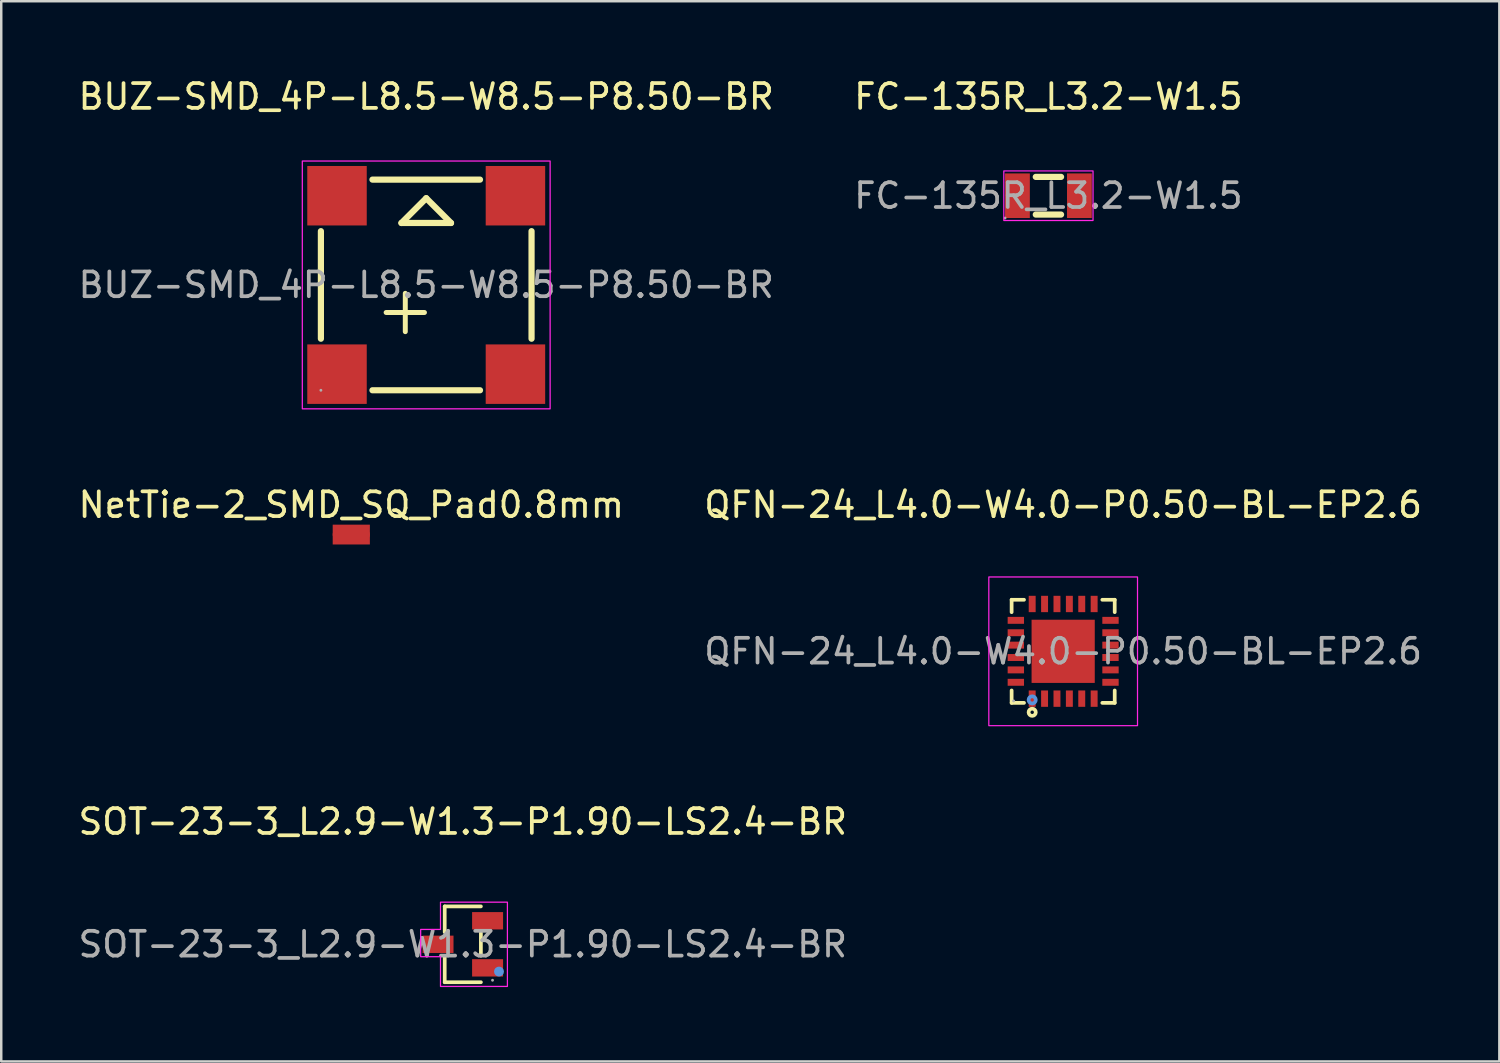
<source format=kicad_pcb>
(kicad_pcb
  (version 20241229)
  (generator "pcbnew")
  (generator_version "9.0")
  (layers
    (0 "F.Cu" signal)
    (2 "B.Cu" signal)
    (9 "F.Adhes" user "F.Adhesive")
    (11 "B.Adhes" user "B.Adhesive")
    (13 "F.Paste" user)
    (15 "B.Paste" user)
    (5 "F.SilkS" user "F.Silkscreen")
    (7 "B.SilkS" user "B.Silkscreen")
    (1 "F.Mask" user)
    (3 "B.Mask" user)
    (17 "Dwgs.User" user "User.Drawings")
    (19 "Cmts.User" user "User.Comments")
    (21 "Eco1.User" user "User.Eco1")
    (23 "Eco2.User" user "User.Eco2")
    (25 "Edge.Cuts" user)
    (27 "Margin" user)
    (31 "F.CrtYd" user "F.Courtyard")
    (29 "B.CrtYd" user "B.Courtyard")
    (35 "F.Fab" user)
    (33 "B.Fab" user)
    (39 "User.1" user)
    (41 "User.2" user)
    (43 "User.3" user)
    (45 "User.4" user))
  (footprint "SOT-23-3_L2.9-W1.3-P1.90-LS2.4-BR"
    (layer "F.Cu")
    (at 15.625 35.055)
    (property "Reference" "SOT-23-3_L2.9-W1.3-P1.90-LS2.4-BR" (at 0 -4.95 0) (layer "F.SilkS") (effects (font (size 1 1) (thickness 0.15))))
    (attr smd)
    (fp_line (start -0.73 -1.53) (end -0.73 -0.49) (stroke (width 0.15) (type solid)) (layer "F.SilkS"))
    (fp_line (start -0.73 1.53) (end -0.73 0.49) (stroke (width 0.15) (type solid)) (layer "F.SilkS"))
    (fp_line (start 0.73 -1.53) (end -0.73 -1.53) (stroke (width 0.15) (type solid)) (layer "F.SilkS"))
    (fp_line (start 0.73 -0.46) (end 0.73 0.46) (stroke (width 0.15) (type solid)) (layer "F.SilkS"))
    (fp_line (start 0.73 1.53) (end -0.73 1.53) (stroke (width 0.15) (type solid)) (layer "F.SilkS"))
    (fp_circle (center 1.46 1.1) (end 1.56 1.1) (stroke (width 0.2) (type solid)) (fill no) (layer "Cmts.User"))
    (fp_poly (pts (xy -1.7 0.5) (xy -0.9 0.5) (xy -0.9 1.7) (xy 1.8 1.7) (xy 1.8 -1.7) (xy -0.9 -1.7) (xy -0.9 -0.6) (xy -1.7 -0.6)) (stroke (width 0.05) (type solid)) (fill no) (layer "F.CrtYd"))
    (fp_circle (center 1.2 1.45) (end 1.23 1.45) (stroke (width 0.06) (type solid)) (fill no) (layer "F.Fab"))
    (fp_text user "${REFERENCE}" (at 0 0 0) (layer "F.Fab") (effects (font (size 1 1) (thickness 0.15))))
    (pad "1" smd rect (at 1 0.95) (size 1.25 0.7) (layers "F.Cu" "F.Mask" "F.Paste"))
    (pad "2" smd rect (at 1 -0.95) (size 1.25 0.7) (layers "F.Cu" "F.Mask" "F.Paste"))
    (pad "3" smd rect (at -1 0) (size 1.25 0.7) (layers "F.Cu" "F.Mask" "F.Paste")))
  (footprint "FC-135R_L3.2-W1.5"
    (layer "F.Cu")
    (at 39.256 4.848)
    (property "Reference" "FC-135R_L3.2-W1.5" (at 0 -4 0) (layer "F.SilkS") (effects (font (size 1 1) (thickness 0.15))))
    (attr smd)
    (fp_line (start -0.51 -0.76) (end 0.51 -0.76) (stroke (width 0.25) (type solid)) (layer "F.SilkS"))
    (fp_line (start 0.51 0.76) (end -0.51 0.76) (stroke (width 0.25) (type solid)) (layer "F.SilkS"))
    (fp_rect (start -1.8 -1) (end 1.8 1) (stroke (width 0.05) (type default)) (fill no) (layer "F.CrtYd"))
    (fp_circle (center -1.75 0.9) (end -1.72 0.9) (stroke (width 0.06) (type solid)) (fill no) (layer "F.Fab"))
    (fp_text user "${REFERENCE}" (at 0 0 0) (layer "F.Fab") (effects (font (size 1 1) (thickness 0.15))))
    (pad "1" smd rect (at -1.25 0 90) (size 1.8 1) (layers "F.Cu" "F.Mask" "F.Paste"))
    (pad "2" smd rect (at 1.25 0 90) (size 1.8 1) (layers "F.Cu" "F.Mask" "F.Paste")))
  (footprint "BUZ-SMD_4P-L8.5-W8.5-P8.50-BR"
    (layer "F.Cu")
    (at 14.149 8.448)
    (property "Reference" "BUZ-SMD_4P-L8.5-W8.5-P8.50-BR" (at 0 -7.6 0) (layer "F.SilkS") (effects (font (size 1 1) (thickness 0.15))))
    (attr smd)
    (fp_line (start -4.25 2.17) (end -4.25 -2.17) (stroke (width 0.25) (type solid)) (layer "F.SilkS"))
    (fp_line (start -2.17 -4.25) (end 2.17 -4.25) (stroke (width 0.25) (type solid)) (layer "F.SilkS"))
    (fp_line (start -1 -2.5) (end 1 -2.5) (stroke (width 0.25) (type solid)) (layer "F.SilkS"))
    (fp_line (start 0 -3.5) (end -1 -2.5) (stroke (width 0.25) (type solid)) (layer "F.SilkS"))
    (fp_line (start 1 -2.5) (end 0 -3.5) (stroke (width 0.25) (type solid)) (layer "F.SilkS"))
    (fp_line (start 2.17 4.25) (end -2.17 4.25) (stroke (width 0.25) (type solid)) (layer "F.SilkS"))
    (fp_line (start 4.25 -2.17) (end 4.25 2.17) (stroke (width 0.25) (type solid)) (layer "F.SilkS"))
    (fp_rect (start -5 -5) (end 5 5) (stroke (width 0.05) (type default)) (fill no) (layer "F.CrtYd"))
    (fp_circle (center -4.25 4.25) (end -4.22 4.25) (stroke (width 0.06) (type solid)) (fill no) (layer "F.Fab"))
    (fp_text user "+" (at -1 2.5 90) (layer "F.SilkS") (effects (font (size 2.03 2.03) (thickness 0.2)) (justify left)))
    (fp_text user "${REFERENCE}" (at 0 0 0) (layer "F.Fab") (effects (font (size 1 1) (thickness 0.15))))
    (pad "1" smd rect (at -3.6 3.6) (size 2.4 2.4) (layers "F.Cu" "F.Mask" "F.Paste"))
    (pad "2" smd rect (at 3.6 3.6) (size 2.4 2.4) (layers "F.Cu" "F.Mask" "F.Paste"))
    (pad "3" smd rect (at 3.6 -3.6) (size 2.4 2.4) (layers "F.Cu" "F.Mask" "F.Paste"))
    (pad "4" smd rect (at -3.6 -3.6) (size 2.4 2.4) (layers "F.Cu" "F.Mask" "F.Paste")))
  (footprint "QFN-24_L4.0-W4.0-P0.50-BL-EP2.6"
    (layer "F.Cu")
    (at 39.851 23.232)
    (property "Reference" "QFN-24_L4.0-W4.0-P0.50-BL-EP2.6" (at 0 -5.91 0) (layer "F.SilkS") (effects (font (size 1 1) (thickness 0.15))))
    (attr smd)
    (fp_line (start -2.08 -2.08) (end -1.58 -2.08) (stroke (width 0.15) (type solid)) (layer "F.SilkS"))
    (fp_line (start -2.08 -1.58) (end -2.08 -2.08) (stroke (width 0.15) (type solid)) (layer "F.SilkS"))
    (fp_line (start -2.08 1.58) (end -2.08 2.08) (stroke (width 0.15) (type solid)) (layer "F.SilkS"))
    (fp_line (start -2.08 2.08) (end -1.58 2.08) (stroke (width 0.15) (type solid)) (layer "F.SilkS"))
    (fp_line (start 2.08 -2.08) (end 1.58 -2.08) (stroke (width 0.15) (type solid)) (layer "F.SilkS"))
    (fp_line (start 2.08 -1.58) (end 2.08 -2.08) (stroke (width 0.15) (type solid)) (layer "F.SilkS"))
    (fp_line (start 2.08 1.58) (end 2.08 2.08) (stroke (width 0.15) (type solid)) (layer "F.SilkS"))
    (fp_line (start 2.08 2.08) (end 1.58 2.08) (stroke (width 0.15) (type solid)) (layer "F.SilkS"))
    (fp_circle (center -1.25 2.46) (end -1.18 2.46) (stroke (width 0.15) (type solid)) (fill no) (layer "F.SilkS"))
    (fp_circle (center -1.25 1.96) (end -1.18 1.96) (stroke (width 0.15) (type solid)) (fill no) (layer "Cmts.User"))
    (fp_rect (start -3 -3) (end 3 3) (stroke (width 0.05) (type default)) (fill no) (layer "F.CrtYd"))
    (fp_circle (center -2 2) (end -1.97 2) (stroke (width 0.06) (type solid)) (fill no) (layer "F.Fab"))
    (fp_text user "${REFERENCE}" (at 0 0 0) (layer "F.Fab") (effects (font (size 1 1) (thickness 0.15))))
    (pad "1" smd rect (at -1.25 1.91) (size 0.28 0.66) (layers "F.Cu" "F.Mask" "F.Paste"))
    (pad "2" smd rect (at -0.75 1.91) (size 0.28 0.66) (layers "F.Cu" "F.Mask" "F.Paste"))
    (pad "3" smd rect (at -0.25 1.91) (size 0.28 0.66) (layers "F.Cu" "F.Mask" "F.Paste"))
    (pad "4" smd rect (at 0.25 1.91) (size 0.28 0.66) (layers "F.Cu" "F.Mask" "F.Paste"))
    (pad "5" smd rect (at 0.75 1.91) (size 0.28 0.66) (layers "F.Cu" "F.Mask" "F.Paste"))
    (pad "6" smd rect (at 1.25 1.91) (size 0.28 0.66) (layers "F.Cu" "F.Mask" "F.Paste"))
    (pad "7" smd rect (at 1.91 1.25) (size 0.66 0.28) (layers "F.Cu" "F.Mask" "F.Paste"))
    (pad "8" smd rect (at 1.91 0.75) (size 0.66 0.28) (layers "F.Cu" "F.Mask" "F.Paste"))
    (pad "9" smd rect (at 1.91 0.25) (size 0.66 0.28) (layers "F.Cu" "F.Mask" "F.Paste"))
    (pad "10" smd rect (at 1.91 -0.25) (size 0.66 0.28) (layers "F.Cu" "F.Mask" "F.Paste"))
    (pad "11" smd rect (at 1.91 -0.75) (size 0.66 0.28) (layers "F.Cu" "F.Mask" "F.Paste"))
    (pad "12" smd rect (at 1.91 -1.25) (size 0.66 0.28) (layers "F.Cu" "F.Mask" "F.Paste"))
    (pad "13" smd rect (at 1.25 -1.91) (size 0.28 0.66) (layers "F.Cu" "F.Mask" "F.Paste"))
    (pad "14" smd rect (at 0.75 -1.91) (size 0.28 0.66) (layers "F.Cu" "F.Mask" "F.Paste"))
    (pad "15" smd rect (at 0.25 -1.91) (size 0.28 0.66) (layers "F.Cu" "F.Mask" "F.Paste"))
    (pad "16" smd rect (at -0.25 -1.91) (size 0.28 0.66) (layers "F.Cu" "F.Mask" "F.Paste"))
    (pad "17" smd rect (at -0.75 -1.91) (size 0.28 0.66) (layers "F.Cu" "F.Mask" "F.Paste"))
    (pad "18" smd rect (at -1.25 -1.91) (size 0.28 0.66) (layers "F.Cu" "F.Mask" "F.Paste"))
    (pad "19" smd rect (at -1.91 -1.25) (size 0.66 0.28) (layers "F.Cu" "F.Mask" "F.Paste"))
    (pad "20" smd rect (at -1.91 -0.75) (size 0.66 0.28) (layers "F.Cu" "F.Mask" "F.Paste"))
    (pad "21" smd rect (at -1.91 -0.25) (size 0.66 0.28) (layers "F.Cu" "F.Mask" "F.Paste"))
    (pad "22" smd rect (at -1.91 0.25) (size 0.66 0.28) (layers "F.Cu" "F.Mask" "F.Paste"))
    (pad "23" smd rect (at -1.91 0.75) (size 0.66 0.28) (layers "F.Cu" "F.Mask" "F.Paste"))
    (pad "24" smd rect (at -1.91 1.25) (size 0.66 0.28) (layers "F.Cu" "F.Mask" "F.Paste"))
    (pad "25" smd rect (at 0 0) (size 2.55 2.55) (layers "F.Cu" "F.Mask" "F.Paste")))
  (footprint "NetTie-2_SMD_SQ_Pad0.8mm"
    (layer "F.Cu")
    (at 11.125 18.521)
    (property "Reference" "NetTie-2_SMD_SQ_Pad0.8mm" (at 0 -1.2 180) (layer "F.SilkS") (effects (font (size 1 1) (thickness 0.15))))
    (attr exclude_from_pos_files exclude_from_bom allow_missing_courtyard)
    (fp_poly (pts (xy -0.75 -0.4) (xy 0.75 -0.4) (xy 0.75 0.4) (xy -0.75 0.4)) (stroke (width 0) (type solid)) (fill yes) (layer "F.Cu"))
    (pad "1" smd circle (at -0.5 0) (size 0.5 0.5) (layers "F.Cu"))
    (pad "2" smd circle (at 0.5 0) (size 0.5 0.5) (layers "F.Cu")))
  (gr_rect
    (start -3 -3)
    (end 57.452 39.78)
    (stroke (width 0.1) (type default))
    (fill no)
    (layer "Edge.Cuts")))
</source>
